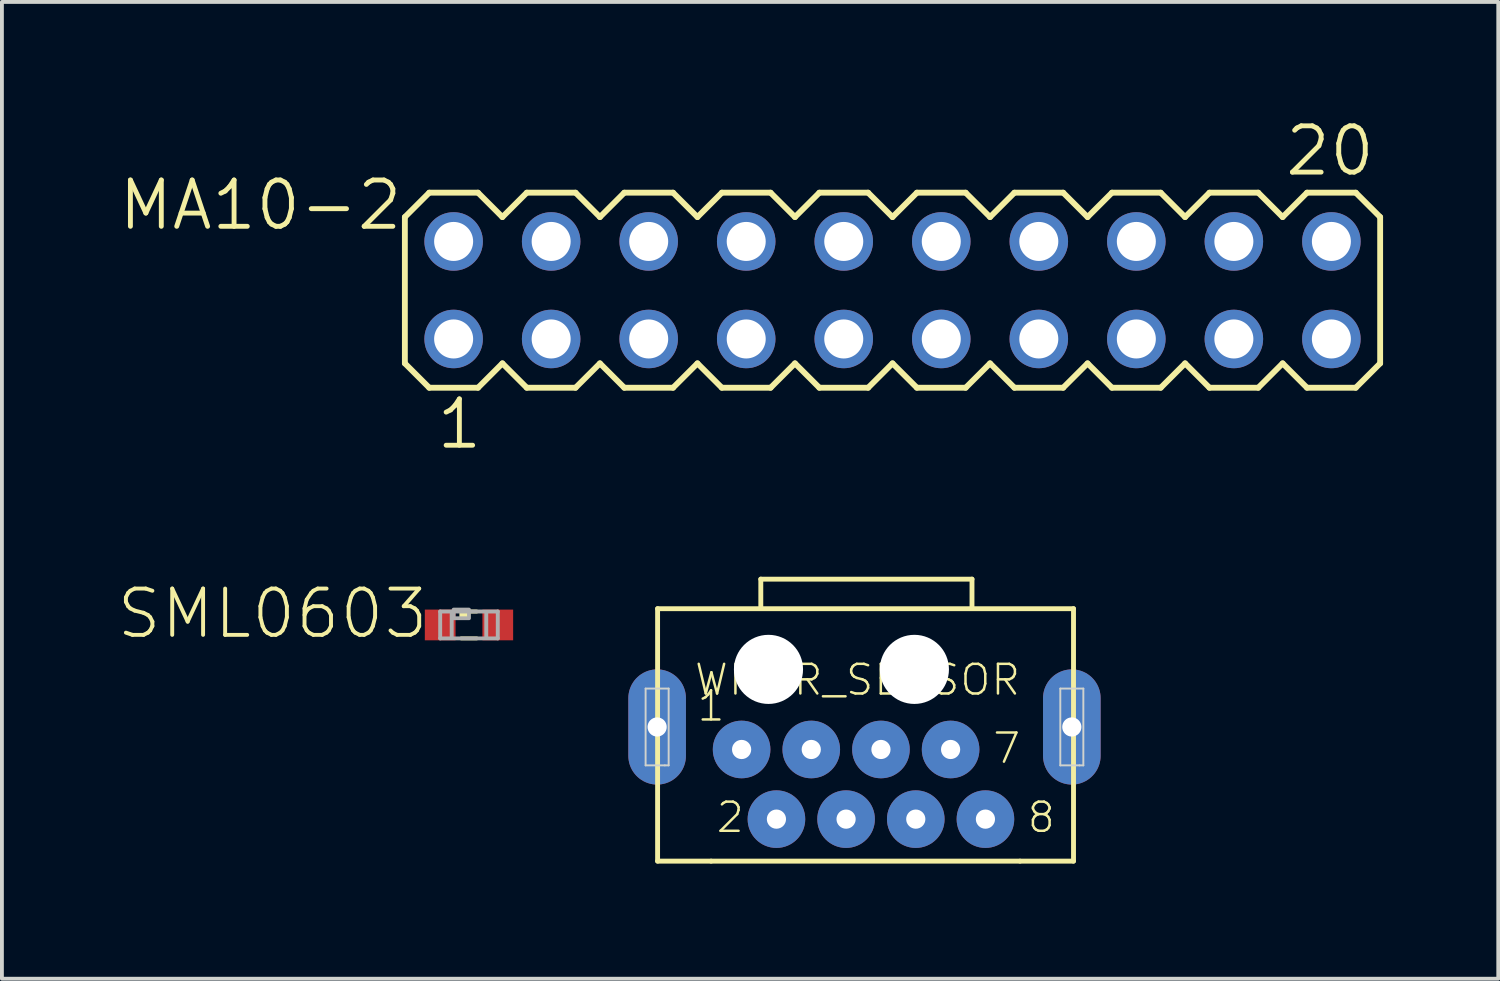
<source format=kicad_pcb>
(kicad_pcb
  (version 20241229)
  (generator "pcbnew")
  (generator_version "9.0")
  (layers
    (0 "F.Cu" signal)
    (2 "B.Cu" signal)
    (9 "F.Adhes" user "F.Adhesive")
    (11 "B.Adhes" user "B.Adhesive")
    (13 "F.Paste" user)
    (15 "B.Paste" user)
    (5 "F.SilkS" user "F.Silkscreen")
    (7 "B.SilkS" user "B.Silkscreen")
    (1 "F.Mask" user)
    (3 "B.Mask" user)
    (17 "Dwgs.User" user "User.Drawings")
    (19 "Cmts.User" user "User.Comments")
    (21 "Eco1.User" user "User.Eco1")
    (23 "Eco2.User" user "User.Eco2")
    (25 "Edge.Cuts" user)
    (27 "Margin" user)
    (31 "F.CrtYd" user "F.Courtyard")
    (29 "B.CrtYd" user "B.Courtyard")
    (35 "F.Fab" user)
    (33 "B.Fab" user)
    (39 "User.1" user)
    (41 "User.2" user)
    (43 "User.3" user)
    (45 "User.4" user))
  (footprint "MA10-2"
    (layer "F.Cu")
    (at 20.194 4.508)
    (property "Reference" "MA10-2" (at -12.7 -2.921 0) (layer "F.SilkS") (effects (font (size 1.206 1.206) (thickness 0.127)) (justify right top)))
    (attr through_hole)
    (fp_line (start -12.7 -1.905) (end -12.7 1.905) (stroke (width 0.152) (type solid)) (layer "F.SilkS"))
    (fp_line (start -12.7 1.905) (end -12.065 2.54) (stroke (width 0.152) (type solid)) (layer "F.SilkS"))
    (fp_line (start -12.065 -2.54) (end -12.7 -1.905) (stroke (width 0.152) (type solid)) (layer "F.SilkS"))
    (fp_line (start -12.065 -2.54) (end -10.795 -2.54) (stroke (width 0.152) (type solid)) (layer "F.SilkS"))
    (fp_line (start -10.795 -2.54) (end -10.16 -1.905) (stroke (width 0.152) (type solid)) (layer "F.SilkS"))
    (fp_line (start -10.795 2.54) (end -12.065 2.54) (stroke (width 0.152) (type solid)) (layer "F.SilkS"))
    (fp_line (start -10.16 -1.905) (end -9.525 -2.54) (stroke (width 0.152) (type solid)) (layer "F.SilkS"))
    (fp_line (start -10.16 1.905) (end -10.795 2.54) (stroke (width 0.152) (type solid)) (layer "F.SilkS"))
    (fp_line (start -9.525 -2.54) (end -8.255 -2.54) (stroke (width 0.152) (type solid)) (layer "F.SilkS"))
    (fp_line (start -9.525 2.54) (end -10.16 1.905) (stroke (width 0.152) (type solid)) (layer "F.SilkS"))
    (fp_line (start -8.255 -2.54) (end -7.62 -1.905) (stroke (width 0.152) (type solid)) (layer "F.SilkS"))
    (fp_line (start -8.255 2.54) (end -9.525 2.54) (stroke (width 0.152) (type solid)) (layer "F.SilkS"))
    (fp_line (start -7.62 -1.905) (end -6.985 -2.54) (stroke (width 0.152) (type solid)) (layer "F.SilkS"))
    (fp_line (start -7.62 1.905) (end -8.255 2.54) (stroke (width 0.152) (type solid)) (layer "F.SilkS"))
    (fp_line (start -6.985 -2.54) (end -5.715 -2.54) (stroke (width 0.152) (type solid)) (layer "F.SilkS"))
    (fp_line (start -6.985 2.54) (end -7.62 1.905) (stroke (width 0.152) (type solid)) (layer "F.SilkS"))
    (fp_line (start -5.715 -2.54) (end -5.08 -1.905) (stroke (width 0.152) (type solid)) (layer "F.SilkS"))
    (fp_line (start -5.715 2.54) (end -6.985 2.54) (stroke (width 0.152) (type solid)) (layer "F.SilkS"))
    (fp_line (start -5.08 1.905) (end -5.715 2.54) (stroke (width 0.152) (type solid)) (layer "F.SilkS"))
    (fp_line (start -5.08 1.905) (end -4.445 2.54) (stroke (width 0.152) (type solid)) (layer "F.SilkS"))
    (fp_line (start -4.445 -2.54) (end -5.08 -1.905) (stroke (width 0.152) (type solid)) (layer "F.SilkS"))
    (fp_line (start -4.445 -2.54) (end -3.175 -2.54) (stroke (width 0.152) (type solid)) (layer "F.SilkS"))
    (fp_line (start -3.175 -2.54) (end -2.54 -1.905) (stroke (width 0.152) (type solid)) (layer "F.SilkS"))
    (fp_line (start -3.175 2.54) (end -4.445 2.54) (stroke (width 0.152) (type solid)) (layer "F.SilkS"))
    (fp_line (start -2.54 -1.905) (end -1.905 -2.54) (stroke (width 0.152) (type solid)) (layer "F.SilkS"))
    (fp_line (start -2.54 1.905) (end -3.175 2.54) (stroke (width 0.152) (type solid)) (layer "F.SilkS"))
    (fp_line (start -1.905 -2.54) (end -0.635 -2.54) (stroke (width 0.152) (type solid)) (layer "F.SilkS"))
    (fp_line (start -1.905 2.54) (end -2.54 1.905) (stroke (width 0.152) (type solid)) (layer "F.SilkS"))
    (fp_line (start -0.635 -2.54) (end 0 -1.905) (stroke (width 0.152) (type solid)) (layer "F.SilkS"))
    (fp_line (start -0.635 2.54) (end -1.905 2.54) (stroke (width 0.152) (type solid)) (layer "F.SilkS"))
    (fp_line (start 0 -1.905) (end 0.635 -2.54) (stroke (width 0.152) (type solid)) (layer "F.SilkS"))
    (fp_line (start 0 1.905) (end -0.635 2.54) (stroke (width 0.152) (type solid)) (layer "F.SilkS"))
    (fp_line (start 0.635 -2.54) (end 1.905 -2.54) (stroke (width 0.152) (type solid)) (layer "F.SilkS"))
    (fp_line (start 0.635 2.54) (end 0 1.905) (stroke (width 0.152) (type solid)) (layer "F.SilkS"))
    (fp_line (start 1.905 -2.54) (end 2.54 -1.905) (stroke (width 0.152) (type solid)) (layer "F.SilkS"))
    (fp_line (start 1.905 2.54) (end 0.635 2.54) (stroke (width 0.152) (type solid)) (layer "F.SilkS"))
    (fp_line (start 2.54 1.905) (end 1.905 2.54) (stroke (width 0.152) (type solid)) (layer "F.SilkS"))
    (fp_line (start 2.54 1.905) (end 3.175 2.54) (stroke (width 0.152) (type solid)) (layer "F.SilkS"))
    (fp_line (start 3.175 -2.54) (end 2.54 -1.905) (stroke (width 0.152) (type solid)) (layer "F.SilkS"))
    (fp_line (start 3.175 -2.54) (end 4.445 -2.54) (stroke (width 0.152) (type solid)) (layer "F.SilkS"))
    (fp_line (start 4.445 -2.54) (end 5.08 -1.905) (stroke (width 0.152) (type solid)) (layer "F.SilkS"))
    (fp_line (start 4.445 2.54) (end 3.175 2.54) (stroke (width 0.152) (type solid)) (layer "F.SilkS"))
    (fp_line (start 5.08 -1.905) (end 5.715 -2.54) (stroke (width 0.152) (type solid)) (layer "F.SilkS"))
    (fp_line (start 5.08 1.905) (end 4.445 2.54) (stroke (width 0.152) (type solid)) (layer "F.SilkS"))
    (fp_line (start 5.715 -2.54) (end 6.985 -2.54) (stroke (width 0.152) (type solid)) (layer "F.SilkS"))
    (fp_line (start 5.715 2.54) (end 5.08 1.905) (stroke (width 0.152) (type solid)) (layer "F.SilkS"))
    (fp_line (start 5.715 2.54) (end 6.985 2.54) (stroke (width 0.152) (type solid)) (layer "F.SilkS"))
    (fp_line (start 7.62 -1.905) (end 6.985 -2.54) (stroke (width 0.152) (type solid)) (layer "F.SilkS"))
    (fp_line (start 7.62 -1.905) (end 8.255 -2.54) (stroke (width 0.152) (type solid)) (layer "F.SilkS"))
    (fp_line (start 7.62 1.905) (end 6.985 2.54) (stroke (width 0.152) (type solid)) (layer "F.SilkS"))
    (fp_line (start 7.62 1.905) (end 8.255 2.54) (stroke (width 0.152) (type solid)) (layer "F.SilkS"))
    (fp_line (start 8.255 -2.54) (end 9.525 -2.54) (stroke (width 0.152) (type solid)) (layer "F.SilkS"))
    (fp_line (start 8.255 2.54) (end 9.525 2.54) (stroke (width 0.152) (type solid)) (layer "F.SilkS"))
    (fp_line (start 10.16 -1.905) (end 9.525 -2.54) (stroke (width 0.152) (type solid)) (layer "F.SilkS"))
    (fp_line (start 10.16 -1.905) (end 10.795 -2.54) (stroke (width 0.152) (type solid)) (layer "F.SilkS"))
    (fp_line (start 10.16 1.905) (end 9.525 2.54) (stroke (width 0.152) (type solid)) (layer "F.SilkS"))
    (fp_line (start 10.16 1.905) (end 10.795 2.54) (stroke (width 0.152) (type solid)) (layer "F.SilkS"))
    (fp_line (start 10.795 -2.54) (end 12.065 -2.54) (stroke (width 0.152) (type solid)) (layer "F.SilkS"))
    (fp_line (start 10.795 2.54) (end 12.065 2.54) (stroke (width 0.152) (type solid)) (layer "F.SilkS"))
    (fp_line (start 12.065 -2.54) (end 12.7 -1.905) (stroke (width 0.152) (type solid)) (layer "F.SilkS"))
    (fp_line (start 12.7 -1.905) (end 12.7 1.905) (stroke (width 0.152) (type solid)) (layer "F.SilkS"))
    (fp_line (start 12.7 1.905) (end 12.065 2.54) (stroke (width 0.152) (type solid)) (layer "F.SilkS"))
    (fp_poly (pts (xy -11.684 -1.016) (xy -11.176 -1.016) (xy -11.176 -1.524) (xy -11.684 -1.524)) (stroke (width 0.1) (type solid)) (fill no) (layer "F.Fab"))
    (fp_poly (pts (xy -11.684 1.524) (xy -11.176 1.524) (xy -11.176 1.016) (xy -11.684 1.016)) (stroke (width 0.1) (type solid)) (fill no) (layer "F.Fab"))
    (fp_poly (pts (xy -9.144 -1.016) (xy -8.636 -1.016) (xy -8.636 -1.524) (xy -9.144 -1.524)) (stroke (width 0.1) (type solid)) (fill no) (layer "F.Fab"))
    (fp_poly (pts (xy -9.144 1.524) (xy -8.636 1.524) (xy -8.636 1.016) (xy -9.144 1.016)) (stroke (width 0.1) (type solid)) (fill no) (layer "F.Fab"))
    (fp_poly (pts (xy -6.604 -1.016) (xy -6.096 -1.016) (xy -6.096 -1.524) (xy -6.604 -1.524)) (stroke (width 0.1) (type solid)) (fill no) (layer "F.Fab"))
    (fp_poly (pts (xy -6.604 1.524) (xy -6.096 1.524) (xy -6.096 1.016) (xy -6.604 1.016)) (stroke (width 0.1) (type solid)) (fill no) (layer "F.Fab"))
    (fp_poly (pts (xy -4.064 -1.016) (xy -3.556 -1.016) (xy -3.556 -1.524) (xy -4.064 -1.524)) (stroke (width 0.1) (type solid)) (fill no) (layer "F.Fab"))
    (fp_poly (pts (xy -4.064 1.524) (xy -3.556 1.524) (xy -3.556 1.016) (xy -4.064 1.016)) (stroke (width 0.1) (type solid)) (fill no) (layer "F.Fab"))
    (fp_poly (pts (xy -1.524 -1.016) (xy -1.016 -1.016) (xy -1.016 -1.524) (xy -1.524 -1.524)) (stroke (width 0.1) (type solid)) (fill no) (layer "F.Fab"))
    (fp_poly (pts (xy -1.524 1.524) (xy -1.016 1.524) (xy -1.016 1.016) (xy -1.524 1.016)) (stroke (width 0.1) (type solid)) (fill no) (layer "F.Fab"))
    (fp_poly (pts (xy 1.016 -1.016) (xy 1.524 -1.016) (xy 1.524 -1.524) (xy 1.016 -1.524)) (stroke (width 0.1) (type solid)) (fill no) (layer "F.Fab"))
    (fp_poly (pts (xy 1.016 1.524) (xy 1.524 1.524) (xy 1.524 1.016) (xy 1.016 1.016)) (stroke (width 0.1) (type solid)) (fill no) (layer "F.Fab"))
    (fp_poly (pts (xy 3.556 -1.016) (xy 4.064 -1.016) (xy 4.064 -1.524) (xy 3.556 -1.524)) (stroke (width 0.1) (type solid)) (fill no) (layer "F.Fab"))
    (fp_poly (pts (xy 3.556 1.524) (xy 4.064 1.524) (xy 4.064 1.016) (xy 3.556 1.016)) (stroke (width 0.1) (type solid)) (fill no) (layer "F.Fab"))
    (fp_poly (pts (xy 6.096 -1.016) (xy 6.604 -1.016) (xy 6.604 -1.524) (xy 6.096 -1.524)) (stroke (width 0.1) (type solid)) (fill no) (layer "F.Fab"))
    (fp_poly (pts (xy 6.096 1.524) (xy 6.604 1.524) (xy 6.604 1.016) (xy 6.096 1.016)) (stroke (width 0.1) (type solid)) (fill no) (layer "F.Fab"))
    (fp_poly (pts (xy 8.636 -1.016) (xy 9.144 -1.016) (xy 9.144 -1.524) (xy 8.636 -1.524)) (stroke (width 0.1) (type solid)) (fill no) (layer "F.Fab"))
    (fp_poly (pts (xy 8.636 1.524) (xy 9.144 1.524) (xy 9.144 1.016) (xy 8.636 1.016)) (stroke (width 0.1) (type solid)) (fill no) (layer "F.Fab"))
    (fp_poly (pts (xy 11.176 -1.016) (xy 11.684 -1.016) (xy 11.684 -1.524) (xy 11.176 -1.524)) (stroke (width 0.1) (type solid)) (fill no) (layer "F.Fab"))
    (fp_poly (pts (xy 11.176 1.524) (xy 11.684 1.524) (xy 11.684 1.016) (xy 11.176 1.016)) (stroke (width 0.1) (type solid)) (fill no) (layer "F.Fab"))
    (fp_text user "20" (at 10.16 -2.921 0) (layer "F.SilkS") (effects (font (size 1.206 1.206) (thickness 0.127)) (justify left bottom)))
    (fp_text user "1" (at -11.938 4.191 0) (layer "F.SilkS") (effects (font (size 1.206 1.206) (thickness 0.127)) (justify left bottom)))
    (pad "1" thru_hole circle (at -11.43 1.27) (size 1.524 1.524) (drill 1.016) (layers "*.Cu" "*.Mask"))
    (pad "2" thru_hole circle (at -11.43 -1.27) (size 1.524 1.524) (drill 1.016) (layers "*.Cu" "*.Mask"))
    (pad "3" thru_hole circle (at -8.89 1.27) (size 1.524 1.524) (drill 1.016) (layers "*.Cu" "*.Mask"))
    (pad "4" thru_hole circle (at -8.89 -1.27) (size 1.524 1.524) (drill 1.016) (layers "*.Cu" "*.Mask"))
    (pad "5" thru_hole circle (at -6.35 1.27) (size 1.524 1.524) (drill 1.016) (layers "*.Cu" "*.Mask"))
    (pad "6" thru_hole circle (at -6.35 -1.27) (size 1.524 1.524) (drill 1.016) (layers "*.Cu" "*.Mask"))
    (pad "7" thru_hole circle (at -3.81 1.27) (size 1.524 1.524) (drill 1.016) (layers "*.Cu" "*.Mask"))
    (pad "8" thru_hole circle (at -3.81 -1.27) (size 1.524 1.524) (drill 1.016) (layers "*.Cu" "*.Mask"))
    (pad "9" thru_hole circle (at -1.27 1.27) (size 1.524 1.524) (drill 1.016) (layers "*.Cu" "*.Mask"))
    (pad "10" thru_hole circle (at -1.27 -1.27) (size 1.524 1.524) (drill 1.016) (layers "*.Cu" "*.Mask"))
    (pad "11" thru_hole circle (at 1.27 1.27) (size 1.524 1.524) (drill 1.016) (layers "*.Cu" "*.Mask"))
    (pad "12" thru_hole circle (at 1.27 -1.27) (size 1.524 1.524) (drill 1.016) (layers "*.Cu" "*.Mask"))
    (pad "13" thru_hole circle (at 3.81 1.27) (size 1.524 1.524) (drill 1.016) (layers "*.Cu" "*.Mask"))
    (pad "14" thru_hole circle (at 3.81 -1.27) (size 1.524 1.524) (drill 1.016) (layers "*.Cu" "*.Mask"))
    (pad "15" thru_hole circle (at 6.35 1.27) (size 1.524 1.524) (drill 1.016) (layers "*.Cu" "*.Mask"))
    (pad "16" thru_hole circle (at 6.35 -1.27) (size 1.524 1.524) (drill 1.016) (layers "*.Cu" "*.Mask"))
    (pad "17" thru_hole circle (at 8.89 1.27) (size 1.524 1.524) (drill 1.016) (layers "*.Cu" "*.Mask"))
    (pad "18" thru_hole circle (at 8.89 -1.27) (size 1.524 1.524) (drill 1.016) (layers "*.Cu" "*.Mask"))
    (pad "19" thru_hole circle (at 11.43 1.27) (size 1.524 1.524) (drill 1.016) (layers "*.Cu" "*.Mask"))
    (pad "20" thru_hole circle (at 11.43 -1.27) (size 1.524 1.524) (drill 1.016) (layers "*.Cu" "*.Mask")))
  (footprint "SML0603"
    (layer "F.Cu")
    (at 9.164 13.226)
    (property "Reference" "SML0603" (at -1 -1 0) (layer "F.SilkS") (effects (font (size 1.206 1.206) (thickness 0.102)) (justify right top)))
    (attr through_hole)
    (fp_line (start -0.2 -0.35) (end 0.2 -0.35) (stroke (width 0.102) (type solid)) (layer "F.SilkS"))
    (fp_line (start -0.2 0.35) (end 0.2 0.35) (stroke (width 0.102) (type solid)) (layer "F.SilkS"))
    (fp_poly (pts (xy -0.25 -0.175) (xy 0 -0.175) (xy 0 -0.4) (xy -0.25 -0.4)) (stroke (width 0) (type solid)) (fill yes) (layer "F.SilkS"))
    (fp_line (start -0.75 -0.35) (end 0.75 -0.35) (stroke (width 0.102) (type solid)) (layer "F.Fab"))
    (fp_line (start -0.75 0.35) (end -0.75 -0.35) (stroke (width 0.102) (type solid)) (layer "F.Fab"))
    (fp_line (start -0.45 -0.3) (end -0.45 0.3) (stroke (width 0.102) (type solid)) (layer "F.Fab"))
    (fp_line (start 0.45 -0.3) (end 0.45 0.3) (stroke (width 0.102) (type solid)) (layer "F.Fab"))
    (fp_line (start 0.75 -0.35) (end 0.75 0.35) (stroke (width 0.102) (type solid)) (layer "F.Fab"))
    (fp_line (start 0.75 0.35) (end -0.75 0.35) (stroke (width 0.102) (type solid)) (layer "F.Fab"))
    (fp_poly (pts (xy -0.4 -0.175) (xy 0 -0.175) (xy 0 -0.4) (xy -0.4 -0.4)) (stroke (width 0.1) (type solid)) (fill no) (layer "F.Fab"))
    (pad "A" smd rect (at 0.75 0) (size 0.8 0.8) (layers "F.Cu" "F.Mask" "F.Paste"))
    (pad "C" smd rect (at -0.75 0) (size 0.8 0.8) (layers "F.Cu" "F.Mask" "F.Paste")))
  (footprint "WII_IR_SENSOR"
    (layer "F.Cu")
    (at 16.264 16.483)
    (property "Reference" "WII_IR_SENSOR" (at -1.27 -1.375 0) (layer "F.SilkS") (effects (font (size 0.772 0.772) (thickness 0.065)) (justify left bottom)))
    (attr through_hole)
    (fp_line (start -2.188 -3.681) (end 8.644 -3.681) (stroke (width 0.127) (type solid)) (layer "F.SilkS"))
    (fp_line (start -2.188 2.894) (end -2.188 -3.681) (stroke (width 0.127) (type solid)) (layer "F.SilkS"))
    (fp_line (start -0.794 2.894) (end -2.188 2.894) (stroke (width 0.127) (type solid)) (layer "F.SilkS"))
    (fp_line (start 0.5 -4.45) (end 6 -4.45) (stroke (width 0.127) (type solid)) (layer "F.SilkS"))
    (fp_line (start 0.5 -3.7) (end 0.5 -4.45) (stroke (width 0.127) (type solid)) (layer "F.SilkS"))
    (fp_line (start 6 -4.45) (end 6 -3.7) (stroke (width 0.127) (type solid)) (layer "F.SilkS"))
    (fp_line (start 7.25 2.894) (end -0.794 2.894) (stroke (width 0.127) (type solid)) (layer "F.SilkS"))
    (fp_line (start 8.644 -3.681) (end 8.644 2.894) (stroke (width 0.127) (type solid)) (layer "F.SilkS"))
    (fp_line (start 8.644 2.894) (end 7.25 2.894) (stroke (width 0.127) (type solid)) (layer "F.SilkS"))
    (fp_line (start -2.5 -1.6) (end -1.9 -1.6) (stroke (width 0.05) (type solid)) (layer "Edge.Cuts"))
    (fp_line (start -2.5 0.4) (end -2.5 -1.6) (stroke (width 0.05) (type solid)) (layer "Edge.Cuts"))
    (fp_line (start -2 0.4) (end -2.5 0.4) (stroke (width 0.05) (type solid)) (layer "Edge.Cuts"))
    (fp_line (start -1.9 -1.6) (end -1.9 0.4) (stroke (width 0.05) (type solid)) (layer "Edge.Cuts"))
    (fp_line (start -1.9 0.4) (end -2 0.4) (stroke (width 0.05) (type solid)) (layer "Edge.Cuts"))
    (fp_line (start 8.3 -1.6) (end 8.9 -1.6) (stroke (width 0.05) (type solid)) (layer "Edge.Cuts"))
    (fp_line (start 8.3 0.4) (end 8.3 -1.6) (stroke (width 0.05) (type solid)) (layer "Edge.Cuts"))
    (fp_line (start 8.8 0.4) (end 8.3 0.4) (stroke (width 0.05) (type solid)) (layer "Edge.Cuts"))
    (fp_line (start 8.9 -1.6) (end 8.9 0.4) (stroke (width 0.05) (type solid)) (layer "Edge.Cuts"))
    (fp_line (start 8.9 0.4) (end 8.8 0.4) (stroke (width 0.05) (type solid)) (layer "Edge.Cuts"))
    (fp_text user "7" (at 6.5 0.4 0) (layer "F.SilkS") (effects (font (size 0.76 0.76) (thickness 0.064)) (justify left bottom)))
    (fp_text user "8" (at 7.4 2.2 0) (layer "F.SilkS") (effects (font (size 0.76 0.76) (thickness 0.064)) (justify left bottom)))
    (fp_text user "2" (at -0.7 2.2 0) (layer "F.SilkS") (effects (font (size 0.76 0.76) (thickness 0.064)) (justify left bottom)))
    (fp_text user "1" (at -1.2 -0.7 0) (layer "F.SilkS") (effects (font (size 0.76 0.76) (thickness 0.064)) (justify left bottom)))
    (pad "" np_thru_hole circle (at 0.7 -2.1) (size 1.8 1.8) (drill 1.8) (layers "*.Cu" "*.Mask"))
    (pad "" np_thru_hole circle (at 4.5 -2.1) (size 1.8 1.8) (drill 1.8) (layers "*.Cu" "*.Mask"))
    (pad "1_+3V3" thru_hole circle (at 0 -0.014) (size 1.5 1.5) (drill 0.5) (layers "*.Cu" "*.Mask"))
    (pad "2_GND@1" thru_hole circle (at 0.907 1.8) (size 1.5 1.5) (drill 0.5) (layers "*.Cu" "*.Mask"))
    (pad "3_GND@2" thru_hole circle (at 1.814 -0.014) (size 1.5 1.5) (drill 0.5) (layers "*.Cu" "*.Mask"))
    (pad "4_NC" thru_hole circle (at 2.721 1.8) (size 1.5 1.5) (drill 0.5) (layers "*.Cu" "*.Mask"))
    (pad "5_SCL" thru_hole circle (at 3.629 -0.014) (size 1.5 1.5) (drill 0.5) (layers "*.Cu" "*.Mask"))
    (pad "6_SDA" thru_hole circle (at 4.536 1.8) (size 1.5 1.5) (drill 0.5) (layers "*.Cu" "*.Mask"))
    (pad "7_CLK" thru_hole circle (at 5.443 -0.014) (size 1.5 1.5) (drill 0.5) (layers "*.Cu" "*.Mask"))
    (pad "8_RESET" thru_hole circle (at 6.35 1.8) (size 1.5 1.5) (drill 0.5) (layers "*.Cu" "*.Mask"))
    (pad "GND@3" thru_hole oval (at -2.2 -0.6 90) (size 3 1.5) (drill 0.5) (layers "*.Cu" "*.Mask"))
    (pad "GND@4" thru_hole oval (at 8.6 -0.6 90) (size 3 1.5) (drill 0.5) (layers "*.Cu" "*.Mask")))
  (gr_rect
    (start -3 -3)
    (end 35.97 22.44)
    (stroke (width 0.1) (type default))
    (fill no)
    (layer "Edge.Cuts")))
</source>
